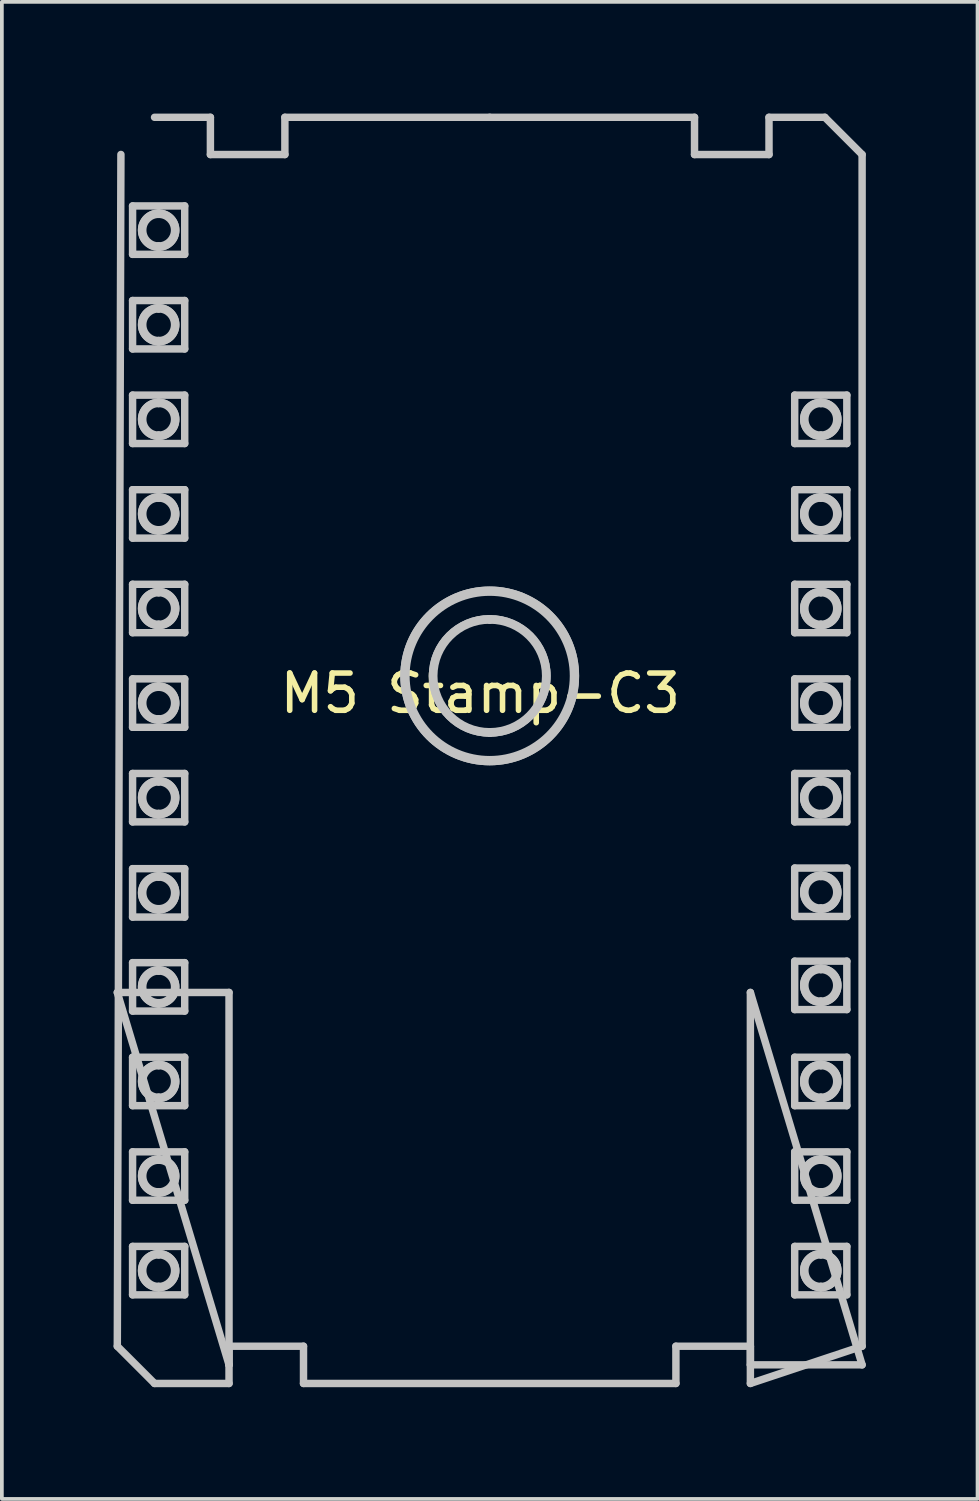
<source format=kicad_pcb>
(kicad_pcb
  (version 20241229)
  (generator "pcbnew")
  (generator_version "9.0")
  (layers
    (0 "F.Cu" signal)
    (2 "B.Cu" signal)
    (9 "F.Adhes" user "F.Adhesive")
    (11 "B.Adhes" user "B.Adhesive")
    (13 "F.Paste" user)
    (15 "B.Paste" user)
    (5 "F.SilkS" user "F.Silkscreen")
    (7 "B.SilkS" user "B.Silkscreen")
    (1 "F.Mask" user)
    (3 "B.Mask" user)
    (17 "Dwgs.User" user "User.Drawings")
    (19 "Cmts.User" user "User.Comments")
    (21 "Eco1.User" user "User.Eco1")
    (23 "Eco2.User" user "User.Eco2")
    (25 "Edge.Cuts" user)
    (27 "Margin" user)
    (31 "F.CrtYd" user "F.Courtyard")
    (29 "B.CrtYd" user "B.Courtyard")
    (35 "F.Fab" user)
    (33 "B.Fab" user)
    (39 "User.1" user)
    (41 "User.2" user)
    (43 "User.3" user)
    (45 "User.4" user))
  (footprint "M5 Stamp-C3"
    (layer "F.Cu")
    (at 9.849 15.068)
    (property "Reference" "M5 Stamp-C3" (at 0 0.5 0) (layer "F.SilkS") (effects (font (size 1 1) (thickness 0.15))))
    (attr through_hole)
    (fp_line (start -9.749 8.532) (end -6.749 18.532) (stroke (width 0.2) (type solid)) (layer "Dwgs.User"))
    (fp_line (start -9.749 18.032) (end -8.749 19.032) (stroke (width 0.2) (type solid)) (layer "Dwgs.User"))
    (fp_line (start -9.652 -13.97) (end -9.749 18.032) (stroke (width 0.2) (type solid)) (layer "Dwgs.User"))
    (fp_line (start -9.339 -12.588) (end -7.939 -12.588) (stroke (width 0.2) (type solid)) (layer "Dwgs.User"))
    (fp_line (start -9.339 -11.288) (end -9.339 -12.588) (stroke (width 0.2) (type solid)) (layer "Dwgs.User"))
    (fp_line (start -9.339 -10.048) (end -7.939 -10.048) (stroke (width 0.2) (type solid)) (layer "Dwgs.User"))
    (fp_line (start -9.339 -8.748) (end -9.339 -10.048) (stroke (width 0.2) (type solid)) (layer "Dwgs.User"))
    (fp_line (start -9.339 -7.508) (end -7.939 -7.508) (stroke (width 0.2) (type solid)) (layer "Dwgs.User"))
    (fp_line (start -9.339 -6.208) (end -9.339 -7.508) (stroke (width 0.2) (type solid)) (layer "Dwgs.User"))
    (fp_line (start -9.339 -4.968) (end -7.939 -4.968) (stroke (width 0.2) (type solid)) (layer "Dwgs.User"))
    (fp_line (start -9.339 -3.668) (end -9.339 -4.968) (stroke (width 0.2) (type solid)) (layer "Dwgs.User"))
    (fp_line (start -9.339 -2.428) (end -7.939 -2.428) (stroke (width 0.2) (type solid)) (layer "Dwgs.User"))
    (fp_line (start -9.339 -1.128) (end -9.339 -2.428) (stroke (width 0.2) (type solid)) (layer "Dwgs.User"))
    (fp_line (start -9.339 0.112) (end -7.939 0.112) (stroke (width 0.2) (type solid)) (layer "Dwgs.User"))
    (fp_line (start -9.339 1.412) (end -9.339 0.112) (stroke (width 0.2) (type solid)) (layer "Dwgs.User"))
    (fp_line (start -9.339 2.652) (end -7.939 2.652) (stroke (width 0.2) (type solid)) (layer "Dwgs.User"))
    (fp_line (start -9.339 3.952) (end -9.339 2.652) (stroke (width 0.2) (type solid)) (layer "Dwgs.User"))
    (fp_line (start -9.339 5.208) (end -7.939 5.208) (stroke (width 0.2) (type solid)) (layer "Dwgs.User"))
    (fp_line (start -9.339 6.508) (end -9.339 5.208) (stroke (width 0.2) (type solid)) (layer "Dwgs.User"))
    (fp_line (start -9.339 7.732) (end -7.939 7.732) (stroke (width 0.2) (type solid)) (layer "Dwgs.User"))
    (fp_line (start -9.339 9.032) (end -9.339 7.732) (stroke (width 0.2) (type solid)) (layer "Dwgs.User"))
    (fp_line (start -9.339 10.272) (end -7.939 10.272) (stroke (width 0.2) (type solid)) (layer "Dwgs.User"))
    (fp_line (start -9.339 11.572) (end -9.339 10.272) (stroke (width 0.2) (type solid)) (layer "Dwgs.User"))
    (fp_line (start -9.339 12.812) (end -7.939 12.812) (stroke (width 0.2) (type solid)) (layer "Dwgs.User"))
    (fp_line (start -9.339 14.112) (end -9.339 12.812) (stroke (width 0.2) (type solid)) (layer "Dwgs.User"))
    (fp_line (start -9.339 15.352) (end -7.939 15.352) (stroke (width 0.2) (type solid)) (layer "Dwgs.User"))
    (fp_line (start -9.339 16.652) (end -9.339 15.352) (stroke (width 0.2) (type solid)) (layer "Dwgs.User"))
    (fp_line (start -8.749 19.032) (end -6.749 19.032) (stroke (width 0.2) (type solid)) (layer "Dwgs.User"))
    (fp_line (start -8.641 -12.394) (end -8.641 -12.394) (stroke (width 0.2) (type solid)) (layer "Dwgs.User"))
    (fp_line (start -8.641 -12.394) (end -8.641 -12.394) (stroke (width 0.2) (type solid)) (layer "Dwgs.User"))
    (fp_line (start -8.641 -11.482) (end -8.641 -11.482) (stroke (width 0.2) (type solid)) (layer "Dwgs.User"))
    (fp_line (start -8.641 -11.482) (end -8.641 -11.482) (stroke (width 0.2) (type solid)) (layer "Dwgs.User"))
    (fp_line (start -8.641 -9.854) (end -8.641 -9.854) (stroke (width 0.2) (type solid)) (layer "Dwgs.User"))
    (fp_line (start -8.641 -9.854) (end -8.641 -9.854) (stroke (width 0.2) (type solid)) (layer "Dwgs.User"))
    (fp_line (start -8.641 -8.942) (end -8.641 -8.942) (stroke (width 0.2) (type solid)) (layer "Dwgs.User"))
    (fp_line (start -8.641 -8.942) (end -8.641 -8.942) (stroke (width 0.2) (type solid)) (layer "Dwgs.User"))
    (fp_line (start -8.641 -7.314) (end -8.641 -7.314) (stroke (width 0.2) (type solid)) (layer "Dwgs.User"))
    (fp_line (start -8.641 -7.314) (end -8.641 -7.314) (stroke (width 0.2) (type solid)) (layer "Dwgs.User"))
    (fp_line (start -8.641 -6.402) (end -8.641 -6.402) (stroke (width 0.2) (type solid)) (layer "Dwgs.User"))
    (fp_line (start -8.641 -6.402) (end -8.641 -6.402) (stroke (width 0.2) (type solid)) (layer "Dwgs.User"))
    (fp_line (start -8.641 -4.774) (end -8.641 -4.774) (stroke (width 0.2) (type solid)) (layer "Dwgs.User"))
    (fp_line (start -8.641 -4.774) (end -8.641 -4.774) (stroke (width 0.2) (type solid)) (layer "Dwgs.User"))
    (fp_line (start -8.641 -3.862) (end -8.641 -3.862) (stroke (width 0.2) (type solid)) (layer "Dwgs.User"))
    (fp_line (start -8.641 -3.862) (end -8.641 -3.862) (stroke (width 0.2) (type solid)) (layer "Dwgs.User"))
    (fp_line (start -8.641 -2.234) (end -8.641 -2.234) (stroke (width 0.2) (type solid)) (layer "Dwgs.User"))
    (fp_line (start -8.641 -2.234) (end -8.641 -2.234) (stroke (width 0.2) (type solid)) (layer "Dwgs.User"))
    (fp_line (start -8.641 -1.322) (end -8.641 -1.322) (stroke (width 0.2) (type solid)) (layer "Dwgs.User"))
    (fp_line (start -8.641 -1.322) (end -8.641 -1.322) (stroke (width 0.2) (type solid)) (layer "Dwgs.User"))
    (fp_line (start -8.641 0.306) (end -8.641 0.306) (stroke (width 0.2) (type solid)) (layer "Dwgs.User"))
    (fp_line (start -8.641 0.306) (end -8.641 0.306) (stroke (width 0.2) (type solid)) (layer "Dwgs.User"))
    (fp_line (start -8.641 1.218) (end -8.641 1.218) (stroke (width 0.2) (type solid)) (layer "Dwgs.User"))
    (fp_line (start -8.641 1.218) (end -8.641 1.218) (stroke (width 0.2) (type solid)) (layer "Dwgs.User"))
    (fp_line (start -8.641 2.846) (end -8.641 2.846) (stroke (width 0.2) (type solid)) (layer "Dwgs.User"))
    (fp_line (start -8.641 2.846) (end -8.641 2.846) (stroke (width 0.2) (type solid)) (layer "Dwgs.User"))
    (fp_line (start -8.641 3.758) (end -8.641 3.758) (stroke (width 0.2) (type solid)) (layer "Dwgs.User"))
    (fp_line (start -8.641 3.758) (end -8.641 3.758) (stroke (width 0.2) (type solid)) (layer "Dwgs.User"))
    (fp_line (start -8.641 5.402) (end -8.641 5.402) (stroke (width 0.2) (type solid)) (layer "Dwgs.User"))
    (fp_line (start -8.641 5.402) (end -8.641 5.402) (stroke (width 0.2) (type solid)) (layer "Dwgs.User"))
    (fp_line (start -8.641 6.314) (end -8.641 6.314) (stroke (width 0.2) (type solid)) (layer "Dwgs.User"))
    (fp_line (start -8.641 6.314) (end -8.641 6.314) (stroke (width 0.2) (type solid)) (layer "Dwgs.User"))
    (fp_line (start -8.641 7.926) (end -8.641 7.926) (stroke (width 0.2) (type solid)) (layer "Dwgs.User"))
    (fp_line (start -8.641 7.926) (end -8.641 7.926) (stroke (width 0.2) (type solid)) (layer "Dwgs.User"))
    (fp_line (start -8.641 8.838) (end -8.641 8.838) (stroke (width 0.2) (type solid)) (layer "Dwgs.User"))
    (fp_line (start -8.641 8.838) (end -8.641 8.838) (stroke (width 0.2) (type solid)) (layer "Dwgs.User"))
    (fp_line (start -8.641 10.466) (end -8.641 10.466) (stroke (width 0.2) (type solid)) (layer "Dwgs.User"))
    (fp_line (start -8.641 10.466) (end -8.641 10.466) (stroke (width 0.2) (type solid)) (layer "Dwgs.User"))
    (fp_line (start -8.641 11.378) (end -8.641 11.378) (stroke (width 0.2) (type solid)) (layer "Dwgs.User"))
    (fp_line (start -8.641 11.378) (end -8.641 11.378) (stroke (width 0.2) (type solid)) (layer "Dwgs.User"))
    (fp_line (start -8.641 13.006) (end -8.641 13.006) (stroke (width 0.2) (type solid)) (layer "Dwgs.User"))
    (fp_line (start -8.641 13.006) (end -8.641 13.006) (stroke (width 0.2) (type solid)) (layer "Dwgs.User"))
    (fp_line (start -8.641 13.918) (end -8.641 13.918) (stroke (width 0.2) (type solid)) (layer "Dwgs.User"))
    (fp_line (start -8.641 13.918) (end -8.641 13.918) (stroke (width 0.2) (type solid)) (layer "Dwgs.User"))
    (fp_line (start -8.641 15.546) (end -8.641 15.546) (stroke (width 0.2) (type solid)) (layer "Dwgs.User"))
    (fp_line (start -8.641 15.546) (end -8.641 15.546) (stroke (width 0.2) (type solid)) (layer "Dwgs.User"))
    (fp_line (start -8.641 16.458) (end -8.641 16.458) (stroke (width 0.2) (type solid)) (layer "Dwgs.User"))
    (fp_line (start -8.641 16.458) (end -8.641 16.458) (stroke (width 0.2) (type solid)) (layer "Dwgs.User"))
    (fp_line (start -8.641 -12.363) (end -8.641 -12.363) (stroke (width 0.2) (type solid)) (layer "Dwgs.User"))
    (fp_line (start -8.641 -11.513) (end -8.641 -11.513) (stroke (width 0.2) (type solid)) (layer "Dwgs.User"))
    (fp_line (start -8.641 -9.823) (end -8.641 -9.823) (stroke (width 0.2) (type solid)) (layer "Dwgs.User"))
    (fp_line (start -8.641 -8.973) (end -8.641 -8.973) (stroke (width 0.2) (type solid)) (layer "Dwgs.User"))
    (fp_line (start -8.641 -7.283) (end -8.641 -7.283) (stroke (width 0.2) (type solid)) (layer "Dwgs.User"))
    (fp_line (start -8.641 -6.433) (end -8.641 -6.433) (stroke (width 0.2) (type solid)) (layer "Dwgs.User"))
    (fp_line (start -8.641 -4.743) (end -8.641 -4.743) (stroke (width 0.2) (type solid)) (layer "Dwgs.User"))
    (fp_line (start -8.641 -3.893) (end -8.641 -3.893) (stroke (width 0.2) (type solid)) (layer "Dwgs.User"))
    (fp_line (start -8.641 -2.203) (end -8.641 -2.203) (stroke (width 0.2) (type solid)) (layer "Dwgs.User"))
    (fp_line (start -8.641 -1.353) (end -8.641 -1.353) (stroke (width 0.2) (type solid)) (layer "Dwgs.User"))
    (fp_line (start -8.641 0.337) (end -8.641 0.337) (stroke (width 0.2) (type solid)) (layer "Dwgs.User"))
    (fp_line (start -8.641 1.187) (end -8.641 1.187) (stroke (width 0.2) (type solid)) (layer "Dwgs.User"))
    (fp_line (start -8.641 2.877) (end -8.641 2.877) (stroke (width 0.2) (type solid)) (layer "Dwgs.User"))
    (fp_line (start -8.641 3.727) (end -8.641 3.727) (stroke (width 0.2) (type solid)) (layer "Dwgs.User"))
    (fp_line (start -8.641 5.433) (end -8.641 5.433) (stroke (width 0.2) (type solid)) (layer "Dwgs.User"))
    (fp_line (start -8.641 6.283) (end -8.641 6.283) (stroke (width 0.2) (type solid)) (layer "Dwgs.User"))
    (fp_line (start -8.641 7.957) (end -8.641 7.957) (stroke (width 0.2) (type solid)) (layer "Dwgs.User"))
    (fp_line (start -8.641 8.807) (end -8.641 8.807) (stroke (width 0.2) (type solid)) (layer "Dwgs.User"))
    (fp_line (start -8.641 10.497) (end -8.641 10.497) (stroke (width 0.2) (type solid)) (layer "Dwgs.User"))
    (fp_line (start -8.641 11.347) (end -8.641 11.347) (stroke (width 0.2) (type solid)) (layer "Dwgs.User"))
    (fp_line (start -8.641 13.037) (end -8.641 13.037) (stroke (width 0.2) (type solid)) (layer "Dwgs.User"))
    (fp_line (start -8.641 13.887) (end -8.641 13.887) (stroke (width 0.2) (type solid)) (layer "Dwgs.User"))
    (fp_line (start -8.641 15.577) (end -8.641 15.577) (stroke (width 0.2) (type solid)) (layer "Dwgs.User"))
    (fp_line (start -8.641 16.427) (end -8.641 16.427) (stroke (width 0.2) (type solid)) (layer "Dwgs.User"))
    (fp_line (start -7.939 -12.588) (end -7.939 -11.288) (stroke (width 0.2) (type solid)) (layer "Dwgs.User"))
    (fp_line (start -7.939 -11.288) (end -9.339 -11.288) (stroke (width 0.2) (type solid)) (layer "Dwgs.User"))
    (fp_line (start -7.939 -10.048) (end -7.939 -8.748) (stroke (width 0.2) (type solid)) (layer "Dwgs.User"))
    (fp_line (start -7.939 -8.748) (end -9.339 -8.748) (stroke (width 0.2) (type solid)) (layer "Dwgs.User"))
    (fp_line (start -7.939 -7.508) (end -7.939 -6.208) (stroke (width 0.2) (type solid)) (layer "Dwgs.User"))
    (fp_line (start -7.939 -6.208) (end -9.339 -6.208) (stroke (width 0.2) (type solid)) (layer "Dwgs.User"))
    (fp_line (start -7.939 -4.968) (end -7.939 -3.668) (stroke (width 0.2) (type solid)) (layer "Dwgs.User"))
    (fp_line (start -7.939 -3.668) (end -9.339 -3.668) (stroke (width 0.2) (type solid)) (layer "Dwgs.User"))
    (fp_line (start -7.939 -2.428) (end -7.939 -1.128) (stroke (width 0.2) (type solid)) (layer "Dwgs.User"))
    (fp_line (start -7.939 -1.128) (end -9.339 -1.128) (stroke (width 0.2) (type solid)) (layer "Dwgs.User"))
    (fp_line (start -7.939 0.112) (end -7.939 1.412) (stroke (width 0.2) (type solid)) (layer "Dwgs.User"))
    (fp_line (start -7.939 1.412) (end -9.339 1.412) (stroke (width 0.2) (type solid)) (layer "Dwgs.User"))
    (fp_line (start -7.939 2.652) (end -7.939 3.952) (stroke (width 0.2) (type solid)) (layer "Dwgs.User"))
    (fp_line (start -7.939 3.952) (end -9.339 3.952) (stroke (width 0.2) (type solid)) (layer "Dwgs.User"))
    (fp_line (start -7.939 5.208) (end -7.939 6.508) (stroke (width 0.2) (type solid)) (layer "Dwgs.User"))
    (fp_line (start -7.939 6.508) (end -9.339 6.508) (stroke (width 0.2) (type solid)) (layer "Dwgs.User"))
    (fp_line (start -7.939 7.732) (end -7.939 9.032) (stroke (width 0.2) (type solid)) (layer "Dwgs.User"))
    (fp_line (start -7.939 9.032) (end -9.339 9.032) (stroke (width 0.2) (type solid)) (layer "Dwgs.User"))
    (fp_line (start -7.939 10.272) (end -7.939 11.572) (stroke (width 0.2) (type solid)) (layer "Dwgs.User"))
    (fp_line (start -7.939 11.572) (end -9.339 11.572) (stroke (width 0.2) (type solid)) (layer "Dwgs.User"))
    (fp_line (start -7.939 12.812) (end -7.939 14.112) (stroke (width 0.2) (type solid)) (layer "Dwgs.User"))
    (fp_line (start -7.939 14.112) (end -9.339 14.112) (stroke (width 0.2) (type solid)) (layer "Dwgs.User"))
    (fp_line (start -7.939 15.352) (end -7.939 16.652) (stroke (width 0.2) (type solid)) (layer "Dwgs.User"))
    (fp_line (start -7.939 16.652) (end -9.339 16.652) (stroke (width 0.2) (type solid)) (layer "Dwgs.User"))
    (fp_line (start -7.249 -14.968) (end -8.749 -14.968) (stroke (width 0.2) (type solid)) (layer "Dwgs.User"))
    (fp_line (start -7.249 -13.968) (end -7.249 -14.968) (stroke (width 0.2) (type solid)) (layer "Dwgs.User"))
    (fp_line (start -6.749 8.532) (end -9.749 8.532) (stroke (width 0.2) (type solid)) (layer "Dwgs.User"))
    (fp_line (start -6.749 18.032) (end -4.749 18.032) (stroke (width 0.2) (type solid)) (layer "Dwgs.User"))
    (fp_line (start -6.749 18.532) (end -6.749 8.532) (stroke (width 0.2) (type solid)) (layer "Dwgs.User"))
    (fp_line (start -6.749 18.532) (end -6.749 18.532) (stroke (width 0.2) (type solid)) (layer "Dwgs.User"))
    (fp_line (start -6.749 19.032) (end -6.749 18.032) (stroke (width 0.2) (type solid)) (layer "Dwgs.User"))
    (fp_line (start -5.249 -14.968) (end -5.249 -13.968) (stroke (width 0.2) (type solid)) (layer "Dwgs.User"))
    (fp_line (start -5.249 -13.968) (end -7.249 -13.968) (stroke (width 0.2) (type solid)) (layer "Dwgs.User"))
    (fp_line (start -4.749 18.032) (end -4.749 19.032) (stroke (width 0.2) (type solid)) (layer "Dwgs.User"))
    (fp_line (start -4.749 19.032) (end 5.251 19.032) (stroke (width 0.2) (type solid)) (layer "Dwgs.User"))
    (fp_line (start 0.251 -14.968) (end -5.249 -14.968) (stroke (width 0.2) (type solid)) (layer "Dwgs.User"))
    (fp_line (start 0.254 -1.468) (end 0.254 -1.468) (stroke (width 0.2) (type solid)) (layer "Dwgs.User"))
    (fp_line (start 0.254 1.532) (end 0.254 1.532) (stroke (width 0.2) (type solid)) (layer "Dwgs.User"))
    (fp_line (start 0.254 -1.502) (end 0.254 -1.502) (stroke (width 0.2) (type solid)) (layer "Dwgs.User"))
    (fp_line (start 0.254 -1.502) (end 0.254 -1.502) (stroke (width 0.2) (type solid)) (layer "Dwgs.User"))
    (fp_line (start 0.254 1.566) (end 0.254 1.566) (stroke (width 0.2) (type solid)) (layer "Dwgs.User"))
    (fp_line (start 0.254 1.566) (end 0.254 1.566) (stroke (width 0.2) (type solid)) (layer "Dwgs.User"))
    (fp_line (start 5.251 18.032) (end 7.251 18.032) (stroke (width 0.2) (type solid)) (layer "Dwgs.User"))
    (fp_line (start 5.251 19.032) (end 5.251 18.032) (stroke (width 0.2) (type solid)) (layer "Dwgs.User"))
    (fp_line (start 5.751 -14.968) (end 0.251 -14.968) (stroke (width 0.2) (type solid)) (layer "Dwgs.User"))
    (fp_line (start 5.751 -13.968) (end 5.751 -14.968) (stroke (width 0.2) (type solid)) (layer "Dwgs.User"))
    (fp_line (start 7.251 8.532) (end 7.251 18.532) (stroke (width 0.2) (type solid)) (layer "Dwgs.User"))
    (fp_line (start 7.251 18.032) (end 7.251 19.032) (stroke (width 0.2) (type solid)) (layer "Dwgs.User"))
    (fp_line (start 7.251 18.532) (end 10.251 18.532) (stroke (width 0.2) (type solid)) (layer "Dwgs.User"))
    (fp_line (start 7.251 19.032) (end 10.251 18.032) (stroke (width 0.2) (type solid)) (layer "Dwgs.User"))
    (fp_line (start 7.751 -14.968) (end 7.751 -13.968) (stroke (width 0.2) (type solid)) (layer "Dwgs.User"))
    (fp_line (start 7.751 -13.968) (end 5.751 -13.968) (stroke (width 0.2) (type solid)) (layer "Dwgs.User"))
    (fp_line (start 8.441 -7.508) (end 9.841 -7.508) (stroke (width 0.2) (type solid)) (layer "Dwgs.User"))
    (fp_line (start 8.441 -6.208) (end 8.441 -7.508) (stroke (width 0.2) (type solid)) (layer "Dwgs.User"))
    (fp_line (start 8.441 -4.968) (end 9.841 -4.968) (stroke (width 0.2) (type solid)) (layer "Dwgs.User"))
    (fp_line (start 8.441 -3.668) (end 8.441 -4.968) (stroke (width 0.2) (type solid)) (layer "Dwgs.User"))
    (fp_line (start 8.441 -2.428) (end 9.841 -2.428) (stroke (width 0.2) (type solid)) (layer "Dwgs.User"))
    (fp_line (start 8.441 -1.128) (end 8.441 -2.428) (stroke (width 0.2) (type solid)) (layer "Dwgs.User"))
    (fp_line (start 8.441 0.112) (end 9.841 0.112) (stroke (width 0.2) (type solid)) (layer "Dwgs.User"))
    (fp_line (start 8.441 1.412) (end 8.441 0.112) (stroke (width 0.2) (type solid)) (layer "Dwgs.User"))
    (fp_line (start 8.441 2.652) (end 9.841 2.652) (stroke (width 0.2) (type solid)) (layer "Dwgs.User"))
    (fp_line (start 8.441 3.952) (end 8.441 2.652) (stroke (width 0.2) (type solid)) (layer "Dwgs.User"))
    (fp_line (start 8.441 5.192) (end 9.841 5.192) (stroke (width 0.2) (type solid)) (layer "Dwgs.User"))
    (fp_line (start 8.441 6.492) (end 8.441 5.192) (stroke (width 0.2) (type solid)) (layer "Dwgs.User"))
    (fp_line (start 8.441 7.692) (end 9.841 7.692) (stroke (width 0.2) (type solid)) (layer "Dwgs.User"))
    (fp_line (start 8.441 8.992) (end 8.441 7.692) (stroke (width 0.2) (type solid)) (layer "Dwgs.User"))
    (fp_line (start 8.441 10.272) (end 9.841 10.272) (stroke (width 0.2) (type solid)) (layer "Dwgs.User"))
    (fp_line (start 8.441 11.572) (end 8.441 10.272) (stroke (width 0.2) (type solid)) (layer "Dwgs.User"))
    (fp_line (start 8.441 12.812) (end 9.841 12.812) (stroke (width 0.2) (type solid)) (layer "Dwgs.User"))
    (fp_line (start 8.441 14.112) (end 8.441 12.812) (stroke (width 0.2) (type solid)) (layer "Dwgs.User"))
    (fp_line (start 8.441 15.352) (end 9.841 15.352) (stroke (width 0.2) (type solid)) (layer "Dwgs.User"))
    (fp_line (start 8.441 16.652) (end 8.441 15.352) (stroke (width 0.2) (type solid)) (layer "Dwgs.User"))
    (fp_line (start 9.144 -7.283) (end 9.144 -7.283) (stroke (width 0.2) (type solid)) (layer "Dwgs.User"))
    (fp_line (start 9.144 -6.433) (end 9.144 -6.433) (stroke (width 0.2) (type solid)) (layer "Dwgs.User"))
    (fp_line (start 9.144 -4.743) (end 9.144 -4.743) (stroke (width 0.2) (type solid)) (layer "Dwgs.User"))
    (fp_line (start 9.144 -3.893) (end 9.144 -3.893) (stroke (width 0.2) (type solid)) (layer "Dwgs.User"))
    (fp_line (start 9.144 -2.203) (end 9.144 -2.203) (stroke (width 0.2) (type solid)) (layer "Dwgs.User"))
    (fp_line (start 9.144 -1.353) (end 9.144 -1.353) (stroke (width 0.2) (type solid)) (layer "Dwgs.User"))
    (fp_line (start 9.144 0.337) (end 9.144 0.337) (stroke (width 0.2) (type solid)) (layer "Dwgs.User"))
    (fp_line (start 9.144 1.187) (end 9.144 1.187) (stroke (width 0.2) (type solid)) (layer "Dwgs.User"))
    (fp_line (start 9.144 2.877) (end 9.144 2.877) (stroke (width 0.2) (type solid)) (layer "Dwgs.User"))
    (fp_line (start 9.144 3.727) (end 9.144 3.727) (stroke (width 0.2) (type solid)) (layer "Dwgs.User"))
    (fp_line (start 9.144 5.417) (end 9.144 5.417) (stroke (width 0.2) (type solid)) (layer "Dwgs.User"))
    (fp_line (start 9.144 6.267) (end 9.144 6.267) (stroke (width 0.2) (type solid)) (layer "Dwgs.User"))
    (fp_line (start 9.144 7.917) (end 9.144 7.917) (stroke (width 0.2) (type solid)) (layer "Dwgs.User"))
    (fp_line (start 9.144 8.767) (end 9.144 8.767) (stroke (width 0.2) (type solid)) (layer "Dwgs.User"))
    (fp_line (start 9.144 10.497) (end 9.144 10.497) (stroke (width 0.2) (type solid)) (layer "Dwgs.User"))
    (fp_line (start 9.144 11.347) (end 9.144 11.347) (stroke (width 0.2) (type solid)) (layer "Dwgs.User"))
    (fp_line (start 9.144 13.037) (end 9.144 13.037) (stroke (width 0.2) (type solid)) (layer "Dwgs.User"))
    (fp_line (start 9.144 13.887) (end 9.144 13.887) (stroke (width 0.2) (type solid)) (layer "Dwgs.User"))
    (fp_line (start 9.144 15.577) (end 9.144 15.577) (stroke (width 0.2) (type solid)) (layer "Dwgs.User"))
    (fp_line (start 9.144 16.427) (end 9.144 16.427) (stroke (width 0.2) (type solid)) (layer "Dwgs.User"))
    (fp_line (start 9.144 -7.314) (end 9.144 -7.314) (stroke (width 0.2) (type solid)) (layer "Dwgs.User"))
    (fp_line (start 9.144 -7.314) (end 9.144 -7.314) (stroke (width 0.2) (type solid)) (layer "Dwgs.User"))
    (fp_line (start 9.144 -6.402) (end 9.144 -6.402) (stroke (width 0.2) (type solid)) (layer "Dwgs.User"))
    (fp_line (start 9.144 -6.402) (end 9.144 -6.402) (stroke (width 0.2) (type solid)) (layer "Dwgs.User"))
    (fp_line (start 9.144 -4.774) (end 9.144 -4.774) (stroke (width 0.2) (type solid)) (layer "Dwgs.User"))
    (fp_line (start 9.144 -4.774) (end 9.144 -4.774) (stroke (width 0.2) (type solid)) (layer "Dwgs.User"))
    (fp_line (start 9.144 -3.862) (end 9.144 -3.862) (stroke (width 0.2) (type solid)) (layer "Dwgs.User"))
    (fp_line (start 9.144 -3.862) (end 9.144 -3.862) (stroke (width 0.2) (type solid)) (layer "Dwgs.User"))
    (fp_line (start 9.144 -2.234) (end 9.144 -2.234) (stroke (width 0.2) (type solid)) (layer "Dwgs.User"))
    (fp_line (start 9.144 -2.234) (end 9.144 -2.234) (stroke (width 0.2) (type solid)) (layer "Dwgs.User"))
    (fp_line (start 9.144 -1.322) (end 9.144 -1.322) (stroke (width 0.2) (type solid)) (layer "Dwgs.User"))
    (fp_line (start 9.144 -1.322) (end 9.144 -1.322) (stroke (width 0.2) (type solid)) (layer "Dwgs.User"))
    (fp_line (start 9.144 0.306) (end 9.144 0.306) (stroke (width 0.2) (type solid)) (layer "Dwgs.User"))
    (fp_line (start 9.144 0.306) (end 9.144 0.306) (stroke (width 0.2) (type solid)) (layer "Dwgs.User"))
    (fp_line (start 9.144 1.218) (end 9.144 1.218) (stroke (width 0.2) (type solid)) (layer "Dwgs.User"))
    (fp_line (start 9.144 1.218) (end 9.144 1.218) (stroke (width 0.2) (type solid)) (layer "Dwgs.User"))
    (fp_line (start 9.144 2.846) (end 9.144 2.846) (stroke (width 0.2) (type solid)) (layer "Dwgs.User"))
    (fp_line (start 9.144 2.846) (end 9.144 2.846) (stroke (width 0.2) (type solid)) (layer "Dwgs.User"))
    (fp_line (start 9.144 3.758) (end 9.144 3.758) (stroke (width 0.2) (type solid)) (layer "Dwgs.User"))
    (fp_line (start 9.144 3.758) (end 9.144 3.758) (stroke (width 0.2) (type solid)) (layer "Dwgs.User"))
    (fp_line (start 9.144 5.386) (end 9.144 5.386) (stroke (width 0.2) (type solid)) (layer "Dwgs.User"))
    (fp_line (start 9.144 5.386) (end 9.144 5.386) (stroke (width 0.2) (type solid)) (layer "Dwgs.User"))
    (fp_line (start 9.144 6.298) (end 9.144 6.298) (stroke (width 0.2) (type solid)) (layer "Dwgs.User"))
    (fp_line (start 9.144 6.298) (end 9.144 6.298) (stroke (width 0.2) (type solid)) (layer "Dwgs.User"))
    (fp_line (start 9.144 7.886) (end 9.144 7.886) (stroke (width 0.2) (type solid)) (layer "Dwgs.User"))
    (fp_line (start 9.144 7.886) (end 9.144 7.886) (stroke (width 0.2) (type solid)) (layer "Dwgs.User"))
    (fp_line (start 9.144 8.798) (end 9.144 8.798) (stroke (width 0.2) (type solid)) (layer "Dwgs.User"))
    (fp_line (start 9.144 8.798) (end 9.144 8.798) (stroke (width 0.2) (type solid)) (layer "Dwgs.User"))
    (fp_line (start 9.144 10.466) (end 9.144 10.466) (stroke (width 0.2) (type solid)) (layer "Dwgs.User"))
    (fp_line (start 9.144 10.466) (end 9.144 10.466) (stroke (width 0.2) (type solid)) (layer "Dwgs.User"))
    (fp_line (start 9.144 11.378) (end 9.144 11.378) (stroke (width 0.2) (type solid)) (layer "Dwgs.User"))
    (fp_line (start 9.144 11.378) (end 9.144 11.378) (stroke (width 0.2) (type solid)) (layer "Dwgs.User"))
    (fp_line (start 9.144 13.006) (end 9.144 13.006) (stroke (width 0.2) (type solid)) (layer "Dwgs.User"))
    (fp_line (start 9.144 13.006) (end 9.144 13.006) (stroke (width 0.2) (type solid)) (layer "Dwgs.User"))
    (fp_line (start 9.144 13.918) (end 9.144 13.918) (stroke (width 0.2) (type solid)) (layer "Dwgs.User"))
    (fp_line (start 9.144 13.918) (end 9.144 13.918) (stroke (width 0.2) (type solid)) (layer "Dwgs.User"))
    (fp_line (start 9.144 15.546) (end 9.144 15.546) (stroke (width 0.2) (type solid)) (layer "Dwgs.User"))
    (fp_line (start 9.144 15.546) (end 9.144 15.546) (stroke (width 0.2) (type solid)) (layer "Dwgs.User"))
    (fp_line (start 9.144 16.458) (end 9.144 16.458) (stroke (width 0.2) (type solid)) (layer "Dwgs.User"))
    (fp_line (start 9.144 16.458) (end 9.144 16.458) (stroke (width 0.2) (type solid)) (layer "Dwgs.User"))
    (fp_line (start 9.251 -14.968) (end 7.751 -14.968) (stroke (width 0.2) (type solid)) (layer "Dwgs.User"))
    (fp_line (start 9.841 -7.508) (end 9.841 -6.208) (stroke (width 0.2) (type solid)) (layer "Dwgs.User"))
    (fp_line (start 9.841 -6.208) (end 8.441 -6.208) (stroke (width 0.2) (type solid)) (layer "Dwgs.User"))
    (fp_line (start 9.841 -4.968) (end 9.841 -3.668) (stroke (width 0.2) (type solid)) (layer "Dwgs.User"))
    (fp_line (start 9.841 -3.668) (end 8.441 -3.668) (stroke (width 0.2) (type solid)) (layer "Dwgs.User"))
    (fp_line (start 9.841 -2.428) (end 9.841 -1.128) (stroke (width 0.2) (type solid)) (layer "Dwgs.User"))
    (fp_line (start 9.841 -1.128) (end 8.441 -1.128) (stroke (width 0.2) (type solid)) (layer "Dwgs.User"))
    (fp_line (start 9.841 0.112) (end 9.841 1.412) (stroke (width 0.2) (type solid)) (layer "Dwgs.User"))
    (fp_line (start 9.841 1.412) (end 8.441 1.412) (stroke (width 0.2) (type solid)) (layer "Dwgs.User"))
    (fp_line (start 9.841 2.652) (end 9.841 3.952) (stroke (width 0.2) (type solid)) (layer "Dwgs.User"))
    (fp_line (start 9.841 3.952) (end 8.441 3.952) (stroke (width 0.2) (type solid)) (layer "Dwgs.User"))
    (fp_line (start 9.841 5.192) (end 9.841 6.492) (stroke (width 0.2) (type solid)) (layer "Dwgs.User"))
    (fp_line (start 9.841 6.492) (end 8.441 6.492) (stroke (width 0.2) (type solid)) (layer "Dwgs.User"))
    (fp_line (start 9.841 7.692) (end 9.841 8.992) (stroke (width 0.2) (type solid)) (layer "Dwgs.User"))
    (fp_line (start 9.841 8.992) (end 8.441 8.992) (stroke (width 0.2) (type solid)) (layer "Dwgs.User"))
    (fp_line (start 9.841 10.272) (end 9.841 11.572) (stroke (width 0.2) (type solid)) (layer "Dwgs.User"))
    (fp_line (start 9.841 11.572) (end 8.441 11.572) (stroke (width 0.2) (type solid)) (layer "Dwgs.User"))
    (fp_line (start 9.841 12.812) (end 9.841 14.112) (stroke (width 0.2) (type solid)) (layer "Dwgs.User"))
    (fp_line (start 9.841 14.112) (end 8.441 14.112) (stroke (width 0.2) (type solid)) (layer "Dwgs.User"))
    (fp_line (start 9.841 15.352) (end 9.841 16.652) (stroke (width 0.2) (type solid)) (layer "Dwgs.User"))
    (fp_line (start 9.841 16.652) (end 8.441 16.652) (stroke (width 0.2) (type solid)) (layer "Dwgs.User"))
    (fp_line (start 10.251 -13.968) (end 9.251 -14.968) (stroke (width 0.2) (type solid)) (layer "Dwgs.User"))
    (fp_line (start 10.251 18.032) (end 10.251 -13.968) (stroke (width 0.2) (type solid)) (layer "Dwgs.User"))
    (fp_line (start 10.251 18.532) (end 7.251 8.532) (stroke (width 0.2) (type solid)) (layer "Dwgs.User"))
    (fp_arc (start -8.641258 -11.482156) (mid -9.097093 -11.937991) (end -8.641258 -12.393826) (stroke (width 0.2) (type solid)) (layer "Dwgs.User"))
    (fp_arc (start -8.641258 -11.482156) (mid -9.097093 -11.937991) (end -8.641258 -12.393826) (stroke (width 0.2) (type solid)) (layer "Dwgs.User"))
    (fp_arc (start -8.641258 -8.942156) (mid -9.097093 -9.397991) (end -8.641258 -9.853826) (stroke (width 0.2) (type solid)) (layer "Dwgs.User"))
    (fp_arc (start -8.641258 -8.942156) (mid -9.097093 -9.397991) (end -8.641258 -9.853826) (stroke (width 0.2) (type solid)) (layer "Dwgs.User"))
    (fp_arc (start -8.641258 -6.402156) (mid -9.097093 -6.857991) (end -8.641258 -7.313826) (stroke (width 0.2) (type solid)) (layer "Dwgs.User"))
    (fp_arc (start -8.641258 -6.402156) (mid -9.097093 -6.857991) (end -8.641258 -7.313826) (stroke (width 0.2) (type solid)) (layer "Dwgs.User"))
    (fp_arc (start -8.641258 -3.862156) (mid -9.097093 -4.317991) (end -8.641258 -4.773826) (stroke (width 0.2) (type solid)) (layer "Dwgs.User"))
    (fp_arc (start -8.641258 -3.862156) (mid -9.097093 -4.317991) (end -8.641258 -4.773826) (stroke (width 0.2) (type solid)) (layer "Dwgs.User"))
    (fp_arc (start -8.641258 -1.322156) (mid -9.097093 -1.777991) (end -8.641258 -2.233826) (stroke (width 0.2) (type solid)) (layer "Dwgs.User"))
    (fp_arc (start -8.641258 -1.322156) (mid -9.097093 -1.777991) (end -8.641258 -2.233826) (stroke (width 0.2) (type solid)) (layer "Dwgs.User"))
    (fp_arc (start -8.641258 1.217844) (mid -9.097093 0.762009) (end -8.641258 0.306174) (stroke (width 0.2) (type solid)) (layer "Dwgs.User"))
    (fp_arc (start -8.641258 1.217844) (mid -9.097093 0.762009) (end -8.641258 0.306174) (stroke (width 0.2) (type solid)) (layer "Dwgs.User"))
    (fp_arc (start -8.641258 3.757843) (mid -9.097093 3.302008) (end -8.641258 2.846173) (stroke (width 0.2) (type solid)) (layer "Dwgs.User"))
    (fp_arc (start -8.641258 3.757843) (mid -9.097093 3.302008) (end -8.641258 2.846173) (stroke (width 0.2) (type solid)) (layer "Dwgs.User"))
    (fp_arc (start -8.641258 6.313845) (mid -9.097093 5.85801) (end -8.641258 5.402175) (stroke (width 0.2) (type solid)) (layer "Dwgs.User"))
    (fp_arc (start -8.641258 6.313845) (mid -9.097093 5.85801) (end -8.641258 5.402175) (stroke (width 0.2) (type solid)) (layer "Dwgs.User"))
    (fp_arc (start -8.641258 8.837843) (mid -9.097093 8.382008) (end -8.641258 7.926173) (stroke (width 0.2) (type solid)) (layer "Dwgs.User"))
    (fp_arc (start -8.641258 8.837843) (mid -9.097093 8.382008) (end -8.641258 7.926173) (stroke (width 0.2) (type solid)) (layer "Dwgs.User"))
    (fp_arc (start -8.641258 11.377843) (mid -9.097093 10.922008) (end -8.641258 10.466173) (stroke (width 0.2) (type solid)) (layer "Dwgs.User"))
    (fp_arc (start -8.641258 11.377843) (mid -9.097093 10.922008) (end -8.641258 10.466173) (stroke (width 0.2) (type solid)) (layer "Dwgs.User"))
    (fp_arc (start -8.641258 13.917843) (mid -9.097093 13.462008) (end -8.641258 13.006173) (stroke (width 0.2) (type solid)) (layer "Dwgs.User"))
    (fp_arc (start -8.641258 13.917843) (mid -9.097093 13.462008) (end -8.641258 13.006173) (stroke (width 0.2) (type solid)) (layer "Dwgs.User"))
    (fp_arc (start -8.641258 16.457843) (mid -9.097093 16.002008) (end -8.641258 15.546173) (stroke (width 0.2) (type solid)) (layer "Dwgs.User"))
    (fp_arc (start -8.641258 16.457843) (mid -9.097093 16.002008) (end -8.641258 15.546173) (stroke (width 0.2) (type solid)) (layer "Dwgs.User"))
    (fp_arc (start -8.641079 -11.513006) (mid -9.066072 -11.937999) (end -8.641079 -12.362992) (stroke (width 0.2) (type solid)) (layer "Dwgs.User"))
    (fp_arc (start -8.641079 -8.973006) (mid -9.066072 -9.397999) (end -8.641079 -9.822992) (stroke (width 0.2) (type solid)) (layer "Dwgs.User"))
    (fp_arc (start -8.641079 -6.433006) (mid -9.066072 -6.857999) (end -8.641079 -7.282992) (stroke (width 0.2) (type solid)) (layer "Dwgs.User"))
    (fp_arc (start -8.641079 -3.893006) (mid -9.066072 -4.317999) (end -8.641079 -4.742992) (stroke (width 0.2) (type solid)) (layer "Dwgs.User"))
    (fp_arc (start -8.641079 -1.353006) (mid -9.066072 -1.777999) (end -8.641079 -2.202992) (stroke (width 0.2) (type solid)) (layer "Dwgs.User"))
    (fp_arc (start -8.641079 1.186994) (mid -9.066072 0.762001) (end -8.641079 0.337008) (stroke (width 0.2) (type solid)) (layer "Dwgs.User"))
    (fp_arc (start -8.641079 3.726993) (mid -9.066072 3.302) (end -8.641079 2.877007) (stroke (width 0.2) (type solid)) (layer "Dwgs.User"))
    (fp_arc (start -8.641079 6.282995) (mid -9.066072 5.858002) (end -8.641079 5.433009) (stroke (width 0.2) (type solid)) (layer "Dwgs.User"))
    (fp_arc (start -8.641079 8.806993) (mid -9.066072 8.382) (end -8.641079 7.957007) (stroke (width 0.2) (type solid)) (layer "Dwgs.User"))
    (fp_arc (start -8.641079 11.346993) (mid -9.066072 10.922) (end -8.641079 10.497007) (stroke (width 0.2) (type solid)) (layer "Dwgs.User"))
    (fp_arc (start -8.641079 13.886993) (mid -9.066072 13.462) (end -8.641079 13.037007) (stroke (width 0.2) (type solid)) (layer "Dwgs.User"))
    (fp_arc (start -8.641079 16.426993) (mid -9.066072 16.002) (end -8.641079 15.577007) (stroke (width 0.2) (type solid)) (layer "Dwgs.User"))
    (fp_arc (start -8.635999 -12.362992) (mid -8.211006 -11.937999) (end -8.635999 -11.513006) (stroke (width 0.2) (type solid)) (layer "Dwgs.User"))
    (fp_arc (start -8.635999 -9.822992) (mid -8.211006 -9.397999) (end -8.635999 -8.973006) (stroke (width 0.2) (type solid)) (layer "Dwgs.User"))
    (fp_arc (start -8.635999 -7.282992) (mid -8.211006 -6.857999) (end -8.635999 -6.433006) (stroke (width 0.2) (type solid)) (layer "Dwgs.User"))
    (fp_arc (start -8.635999 -4.742992) (mid -8.211006 -4.317999) (end -8.635999 -3.893006) (stroke (width 0.2) (type solid)) (layer "Dwgs.User"))
    (fp_arc (start -8.635999 -2.202992) (mid -8.211006 -1.777999) (end -8.635999 -1.353006) (stroke (width 0.2) (type solid)) (layer "Dwgs.User"))
    (fp_arc (start -8.635999 0.337008) (mid -8.211006 0.762001) (end -8.635999 1.186994) (stroke (width 0.2) (type solid)) (layer "Dwgs.User"))
    (fp_arc (start -8.635999 2.877007) (mid -8.211006 3.302) (end -8.635999 3.726993) (stroke (width 0.2) (type solid)) (layer "Dwgs.User"))
    (fp_arc (start -8.635999 5.433009) (mid -8.211006 5.858002) (end -8.635999 6.282995) (stroke (width 0.2) (type solid)) (layer "Dwgs.User"))
    (fp_arc (start -8.635999 7.957007) (mid -8.211006 8.382) (end -8.635999 8.806993) (stroke (width 0.2) (type solid)) (layer "Dwgs.User"))
    (fp_arc (start -8.635999 10.497007) (mid -8.211006 10.922) (end -8.635999 11.346993) (stroke (width 0.2) (type solid)) (layer "Dwgs.User"))
    (fp_arc (start -8.635999 13.037007) (mid -8.211006 13.462) (end -8.635999 13.886993) (stroke (width 0.2) (type solid)) (layer "Dwgs.User"))
    (fp_arc (start -8.635999 15.577007) (mid -8.211006 16.002) (end -8.635999 16.426993) (stroke (width 0.2) (type solid)) (layer "Dwgs.User"))
    (fp_arc (start -8.635809 -12.393826) (mid -8.179974 -11.937991) (end -8.635809 -11.482156) (stroke (width 0.2) (type solid)) (layer "Dwgs.User"))
    (fp_arc (start -8.635809 -12.393826) (mid -8.179974 -11.937991) (end -8.635809 -11.482156) (stroke (width 0.2) (type solid)) (layer "Dwgs.User"))
    (fp_arc (start -8.635809 -9.853826) (mid -8.179974 -9.397991) (end -8.635809 -8.942156) (stroke (width 0.2) (type solid)) (layer "Dwgs.User"))
    (fp_arc (start -8.635809 -9.853826) (mid -8.179974 -9.397991) (end -8.635809 -8.942156) (stroke (width 0.2) (type solid)) (layer "Dwgs.User"))
    (fp_arc (start -8.635809 -7.313826) (mid -8.179974 -6.857991) (end -8.635809 -6.402156) (stroke (width 0.2) (type solid)) (layer "Dwgs.User"))
    (fp_arc (start -8.635809 -7.313826) (mid -8.179974 -6.857991) (end -8.635809 -6.402156) (stroke (width 0.2) (type solid)) (layer "Dwgs.User"))
    (fp_arc (start -8.635809 -4.773826) (mid -8.179974 -4.317991) (end -8.635809 -3.862156) (stroke (width 0.2) (type solid)) (layer "Dwgs.User"))
    (fp_arc (start -8.635809 -4.773826) (mid -8.179974 -4.317991) (end -8.635809 -3.862156) (stroke (width 0.2) (type solid)) (layer "Dwgs.User"))
    (fp_arc (start -8.635809 -2.233826) (mid -8.179974 -1.777991) (end -8.635809 -1.322156) (stroke (width 0.2) (type solid)) (layer "Dwgs.User"))
    (fp_arc (start -8.635809 -2.233826) (mid -8.179974 -1.777991) (end -8.635809 -1.322156) (stroke (width 0.2) (type solid)) (layer "Dwgs.User"))
    (fp_arc (start -8.635809 0.306174) (mid -8.179974 0.762009) (end -8.635809 1.217844) (stroke (width 0.2) (type solid)) (layer "Dwgs.User"))
    (fp_arc (start -8.635809 0.306174) (mid -8.179974 0.762009) (end -8.635809 1.217844) (stroke (width 0.2) (type solid)) (layer "Dwgs.User"))
    (fp_arc (start -8.635809 2.846173) (mid -8.179974 3.302008) (end -8.635809 3.757843) (stroke (width 0.2) (type solid)) (layer "Dwgs.User"))
    (fp_arc (start -8.635809 2.846173) (mid -8.179974 3.302008) (end -8.635809 3.757843) (stroke (width 0.2) (type solid)) (layer "Dwgs.User"))
    (fp_arc (start -8.635809 5.402175) (mid -8.179974 5.85801) (end -8.635809 6.313845) (stroke (width 0.2) (type solid)) (layer "Dwgs.User"))
    (fp_arc (start -8.635809 5.402175) (mid -8.179974 5.85801) (end -8.635809 6.313845) (stroke (width 0.2) (type solid)) (layer "Dwgs.User"))
    (fp_arc (start -8.635809 7.926173) (mid -8.179974 8.382008) (end -8.635809 8.837843) (stroke (width 0.2) (type solid)) (layer "Dwgs.User"))
    (fp_arc (start -8.635809 7.926173) (mid -8.179974 8.382008) (end -8.635809 8.837843) (stroke (width 0.2) (type solid)) (layer "Dwgs.User"))
    (fp_arc (start -8.635809 10.466173) (mid -8.179974 10.922008) (end -8.635809 11.377843) (stroke (width 0.2) (type solid)) (layer "Dwgs.User"))
    (fp_arc (start -8.635809 10.466173) (mid -8.179974 10.922008) (end -8.635809 11.377843) (stroke (width 0.2) (type solid)) (layer "Dwgs.User"))
    (fp_arc (start -8.635809 13.006173) (mid -8.179974 13.462008) (end -8.635809 13.917843) (stroke (width 0.2) (type solid)) (layer "Dwgs.User"))
    (fp_arc (start -8.635809 13.006173) (mid -8.179974 13.462008) (end -8.635809 13.917843) (stroke (width 0.2) (type solid)) (layer "Dwgs.User"))
    (fp_arc (start -8.635809 15.546173) (mid -8.179974 16.002008) (end -8.635809 16.457843) (stroke (width 0.2) (type solid)) (layer "Dwgs.User"))
    (fp_arc (start -8.635809 15.546173) (mid -8.179974 16.002008) (end -8.635809 16.457843) (stroke (width 0.2) (type solid)) (layer "Dwgs.User"))
    (fp_arc (start 0.248864 1.56587) (mid -1.284999 0.032007) (end 0.248864 -1.501856) (stroke (width 0.2) (type solid)) (layer "Dwgs.User"))
    (fp_arc (start 0.248864 1.56587) (mid -1.284999 0.032007) (end 0.248864 -1.501856) (stroke (width 0.2) (type solid)) (layer "Dwgs.User"))
    (fp_arc (start 0.24892 1.532002) (mid -1.251077 0.032005) (end 0.24892 -1.467992) (stroke (width 0.2) (type solid)) (layer "Dwgs.User"))
    (fp_arc (start 0.254 -1.467992) (mid 1.753997 0.032005) (end 0.254 1.532002) (stroke (width 0.2) (type solid)) (layer "Dwgs.User"))
    (fp_arc (start 0.254059 -1.501857) (mid 1.787923 0.032007) (end 0.254059 1.565871) (stroke (width 0.2) (type solid)) (layer "Dwgs.User"))
    (fp_arc (start 0.254059 -1.501857) (mid 1.787923 0.032007) (end 0.254059 1.565871) (stroke (width 0.2) (type solid)) (layer "Dwgs.User"))
    (fp_arc (start 9.138741 -6.402156) (mid 8.682906 -6.857991) (end 9.138741 -7.313826) (stroke (width 0.2) (type solid)) (layer "Dwgs.User"))
    (fp_arc (start 9.138741 -6.402156) (mid 8.682906 -6.857991) (end 9.138741 -7.313826) (stroke (width 0.2) (type solid)) (layer "Dwgs.User"))
    (fp_arc (start 9.138741 -3.862156) (mid 8.682906 -4.317991) (end 9.138741 -4.773826) (stroke (width 0.2) (type solid)) (layer "Dwgs.User"))
    (fp_arc (start 9.138741 -3.862156) (mid 8.682906 -4.317991) (end 9.138741 -4.773826) (stroke (width 0.2) (type solid)) (layer "Dwgs.User"))
    (fp_arc (start 9.138741 -1.322156) (mid 8.682906 -1.777991) (end 9.138741 -2.233826) (stroke (width 0.2) (type solid)) (layer "Dwgs.User"))
    (fp_arc (start 9.138741 -1.322156) (mid 8.682906 -1.777991) (end 9.138741 -2.233826) (stroke (width 0.2) (type solid)) (layer "Dwgs.User"))
    (fp_arc (start 9.138741 1.217844) (mid 8.682906 0.762009) (end 9.138741 0.306174) (stroke (width 0.2) (type solid)) (layer "Dwgs.User"))
    (fp_arc (start 9.138741 1.217844) (mid 8.682906 0.762009) (end 9.138741 0.306174) (stroke (width 0.2) (type solid)) (layer "Dwgs.User"))
    (fp_arc (start 9.138741 3.757843) (mid 8.682906 3.302008) (end 9.138741 2.846173) (stroke (width 0.2) (type solid)) (layer "Dwgs.User"))
    (fp_arc (start 9.138741 3.757843) (mid 8.682906 3.302008) (end 9.138741 2.846173) (stroke (width 0.2) (type solid)) (layer "Dwgs.User"))
    (fp_arc (start 9.138741 6.297843) (mid 8.682906 5.842008) (end 9.138741 5.386173) (stroke (width 0.2) (type solid)) (layer "Dwgs.User"))
    (fp_arc (start 9.138741 6.297843) (mid 8.682906 5.842008) (end 9.138741 5.386173) (stroke (width 0.2) (type solid)) (layer "Dwgs.User"))
    (fp_arc (start 9.138741 8.797711) (mid 8.682906 8.341876) (end 9.138741 7.886041) (stroke (width 0.2) (type solid)) (layer "Dwgs.User"))
    (fp_arc (start 9.138741 8.797711) (mid 8.682906 8.341876) (end 9.138741 7.886041) (stroke (width 0.2) (type solid)) (layer "Dwgs.User"))
    (fp_arc (start 9.138741 11.377843) (mid 8.682906 10.922008) (end 9.138741 10.466173) (stroke (width 0.2) (type solid)) (layer "Dwgs.User"))
    (fp_arc (start 9.138741 11.377843) (mid 8.682906 10.922008) (end 9.138741 10.466173) (stroke (width 0.2) (type solid)) (layer "Dwgs.User"))
    (fp_arc (start 9.138741 13.917843) (mid 8.682906 13.462008) (end 9.138741 13.006173) (stroke (width 0.2) (type solid)) (layer "Dwgs.User"))
    (fp_arc (start 9.138741 13.917843) (mid 8.682906 13.462008) (end 9.138741 13.006173) (stroke (width 0.2) (type solid)) (layer "Dwgs.User"))
    (fp_arc (start 9.138741 16.457843) (mid 8.682906 16.002008) (end 9.138741 15.546173) (stroke (width 0.2) (type solid)) (layer "Dwgs.User"))
    (fp_arc (start 9.138741 16.457843) (mid 8.682906 16.002008) (end 9.138741 15.546173) (stroke (width 0.2) (type solid)) (layer "Dwgs.User"))
    (fp_arc (start 9.13892 -6.433006) (mid 8.713927 -6.857999) (end 9.13892 -7.282992) (stroke (width 0.2) (type solid)) (layer "Dwgs.User"))
    (fp_arc (start 9.13892 -3.893006) (mid 8.713927 -4.317999) (end 9.13892 -4.742992) (stroke (width 0.2) (type solid)) (layer "Dwgs.User"))
    (fp_arc (start 9.13892 -1.353006) (mid 8.713927 -1.777999) (end 9.13892 -2.202992) (stroke (width 0.2) (type solid)) (layer "Dwgs.User"))
    (fp_arc (start 9.13892 1.186994) (mid 8.713927 0.762001) (end 9.13892 0.337008) (stroke (width 0.2) (type solid)) (layer "Dwgs.User"))
    (fp_arc (start 9.13892 3.726993) (mid 8.713927 3.302) (end 9.13892 2.877007) (stroke (width 0.2) (type solid)) (layer "Dwgs.User"))
    (fp_arc (start 9.13892 6.266993) (mid 8.713927 5.842) (end 9.13892 5.417007) (stroke (width 0.2) (type solid)) (layer "Dwgs.User"))
    (fp_arc (start 9.13892 8.766861) (mid 8.713927 8.341868) (end 9.13892 7.916875) (stroke (width 0.2) (type solid)) (layer "Dwgs.User"))
    (fp_arc (start 9.13892 11.346993) (mid 8.713927 10.922) (end 9.13892 10.497007) (stroke (width 0.2) (type solid)) (layer "Dwgs.User"))
    (fp_arc (start 9.13892 13.886993) (mid 8.713927 13.462) (end 9.13892 13.037007) (stroke (width 0.2) (type solid)) (layer "Dwgs.User"))
    (fp_arc (start 9.13892 16.426993) (mid 8.713927 16.002) (end 9.13892 15.577007) (stroke (width 0.2) (type solid)) (layer "Dwgs.User"))
    (fp_arc (start 9.144 -7.282992) (mid 9.568993 -6.857999) (end 9.144 -6.433006) (stroke (width 0.2) (type solid)) (layer "Dwgs.User"))
    (fp_arc (start 9.144 -4.742992) (mid 9.568993 -4.317999) (end 9.144 -3.893006) (stroke (width 0.2) (type solid)) (layer "Dwgs.User"))
    (fp_arc (start 9.144 -2.202992) (mid 9.568993 -1.777999) (end 9.144 -1.353006) (stroke (width 0.2) (type solid)) (layer "Dwgs.User"))
    (fp_arc (start 9.144 0.337008) (mid 9.568993 0.762001) (end 9.144 1.186994) (stroke (width 0.2) (type solid)) (layer "Dwgs.User"))
    (fp_arc (start 9.144 2.877007) (mid 9.568993 3.302) (end 9.144 3.726993) (stroke (width 0.2) (type solid)) (layer "Dwgs.User"))
    (fp_arc (start 9.144 5.417007) (mid 9.568993 5.842) (end 9.144 6.266993) (stroke (width 0.2) (type solid)) (layer "Dwgs.User"))
    (fp_arc (start 9.144 7.916875) (mid 9.568993 8.341868) (end 9.144 8.766861) (stroke (width 0.2) (type solid)) (layer "Dwgs.User"))
    (fp_arc (start 9.144 10.497007) (mid 9.568993 10.922) (end 9.144 11.346993) (stroke (width 0.2) (type solid)) (layer "Dwgs.User"))
    (fp_arc (start 9.144 13.037007) (mid 9.568993 13.462) (end 9.144 13.886993) (stroke (width 0.2) (type solid)) (layer "Dwgs.User"))
    (fp_arc (start 9.144 15.577007) (mid 9.568993 16.002) (end 9.144 16.426993) (stroke (width 0.2) (type solid)) (layer "Dwgs.User"))
    (fp_arc (start 9.14419 -7.313826) (mid 9.600025 -6.857991) (end 9.14419 -6.402156) (stroke (width 0.2) (type solid)) (layer "Dwgs.User"))
    (fp_arc (start 9.14419 -7.313826) (mid 9.600025 -6.857991) (end 9.14419 -6.402156) (stroke (width 0.2) (type solid)) (layer "Dwgs.User"))
    (fp_arc (start 9.14419 -4.773826) (mid 9.600025 -4.317991) (end 9.14419 -3.862156) (stroke (width 0.2) (type solid)) (layer "Dwgs.User"))
    (fp_arc (start 9.14419 -4.773826) (mid 9.600025 -4.317991) (end 9.14419 -3.862156) (stroke (width 0.2) (type solid)) (layer "Dwgs.User"))
    (fp_arc (start 9.14419 -2.233826) (mid 9.600025 -1.777991) (end 9.14419 -1.322156) (stroke (width 0.2) (type solid)) (layer "Dwgs.User"))
    (fp_arc (start 9.14419 -2.233826) (mid 9.600025 -1.777991) (end 9.14419 -1.322156) (stroke (width 0.2) (type solid)) (layer "Dwgs.User"))
    (fp_arc (start 9.14419 0.306174) (mid 9.600025 0.762009) (end 9.14419 1.217844) (stroke (width 0.2) (type solid)) (layer "Dwgs.User"))
    (fp_arc (start 9.14419 0.306174) (mid 9.600025 0.762009) (end 9.14419 1.217844) (stroke (width 0.2) (type solid)) (layer "Dwgs.User"))
    (fp_arc (start 9.14419 2.846173) (mid 9.600025 3.302008) (end 9.14419 3.757843) (stroke (width 0.2) (type solid)) (layer "Dwgs.User"))
    (fp_arc (start 9.14419 2.846173) (mid 9.600025 3.302008) (end 9.14419 3.757843) (stroke (width 0.2) (type solid)) (layer "Dwgs.User"))
    (fp_arc (start 9.14419 5.386173) (mid 9.600025 5.842008) (end 9.14419 6.297843) (stroke (width 0.2) (type solid)) (layer "Dwgs.User"))
    (fp_arc (start 9.14419 5.386173) (mid 9.600025 5.842008) (end 9.14419 6.297843) (stroke (width 0.2) (type solid)) (layer "Dwgs.User"))
    (fp_arc (start 9.14419 7.886041) (mid 9.600025 8.341876) (end 9.14419 8.797711) (stroke (width 0.2) (type solid)) (layer "Dwgs.User"))
    (fp_arc (start 9.14419 7.886041) (mid 9.600025 8.341876) (end 9.14419 8.797711) (stroke (width 0.2) (type solid)) (layer "Dwgs.User"))
    (fp_arc (start 9.14419 10.466173) (mid 9.600025 10.922008) (end 9.14419 11.377843) (stroke (width 0.2) (type solid)) (layer "Dwgs.User"))
    (fp_arc (start 9.14419 10.466173) (mid 9.600025 10.922008) (end 9.14419 11.377843) (stroke (width 0.2) (type solid)) (layer "Dwgs.User"))
    (fp_arc (start 9.14419 13.006173) (mid 9.600025 13.462008) (end 9.14419 13.917843) (stroke (width 0.2) (type solid)) (layer "Dwgs.User"))
    (fp_arc (start 9.14419 13.006173) (mid 9.600025 13.462008) (end 9.14419 13.917843) (stroke (width 0.2) (type solid)) (layer "Dwgs.User"))
    (fp_arc (start 9.14419 15.546173) (mid 9.600025 16.002008) (end 9.14419 16.457843) (stroke (width 0.2) (type solid)) (layer "Dwgs.User"))
    (fp_arc (start 9.14419 15.546173) (mid 9.600025 16.002008) (end 9.14419 16.457843) (stroke (width 0.2) (type solid)) (layer "Dwgs.User"))
    (fp_circle (center 0.251 0.032) (end 2.501 0.032) (stroke (width 0.2) (type solid)) (fill no) (layer "Dwgs.User"))
    (fp_circle (center 0.251 0.032) (end 2.552 0.032) (stroke (width 0.2) (type solid)) (fill no) (layer "Dwgs.User"))
    (fp_circle (center 0.251 0.032) (end 2.552 0.032) (stroke (width 0.2) (type solid)) (fill no) (layer "Dwgs.User")))
  (gr_rect
    (start -3 -3)
    (end 23.2 37.2)
    (stroke (width 0.1) (type default))
    (fill no)
    (layer "Edge.Cuts")))
</source>
